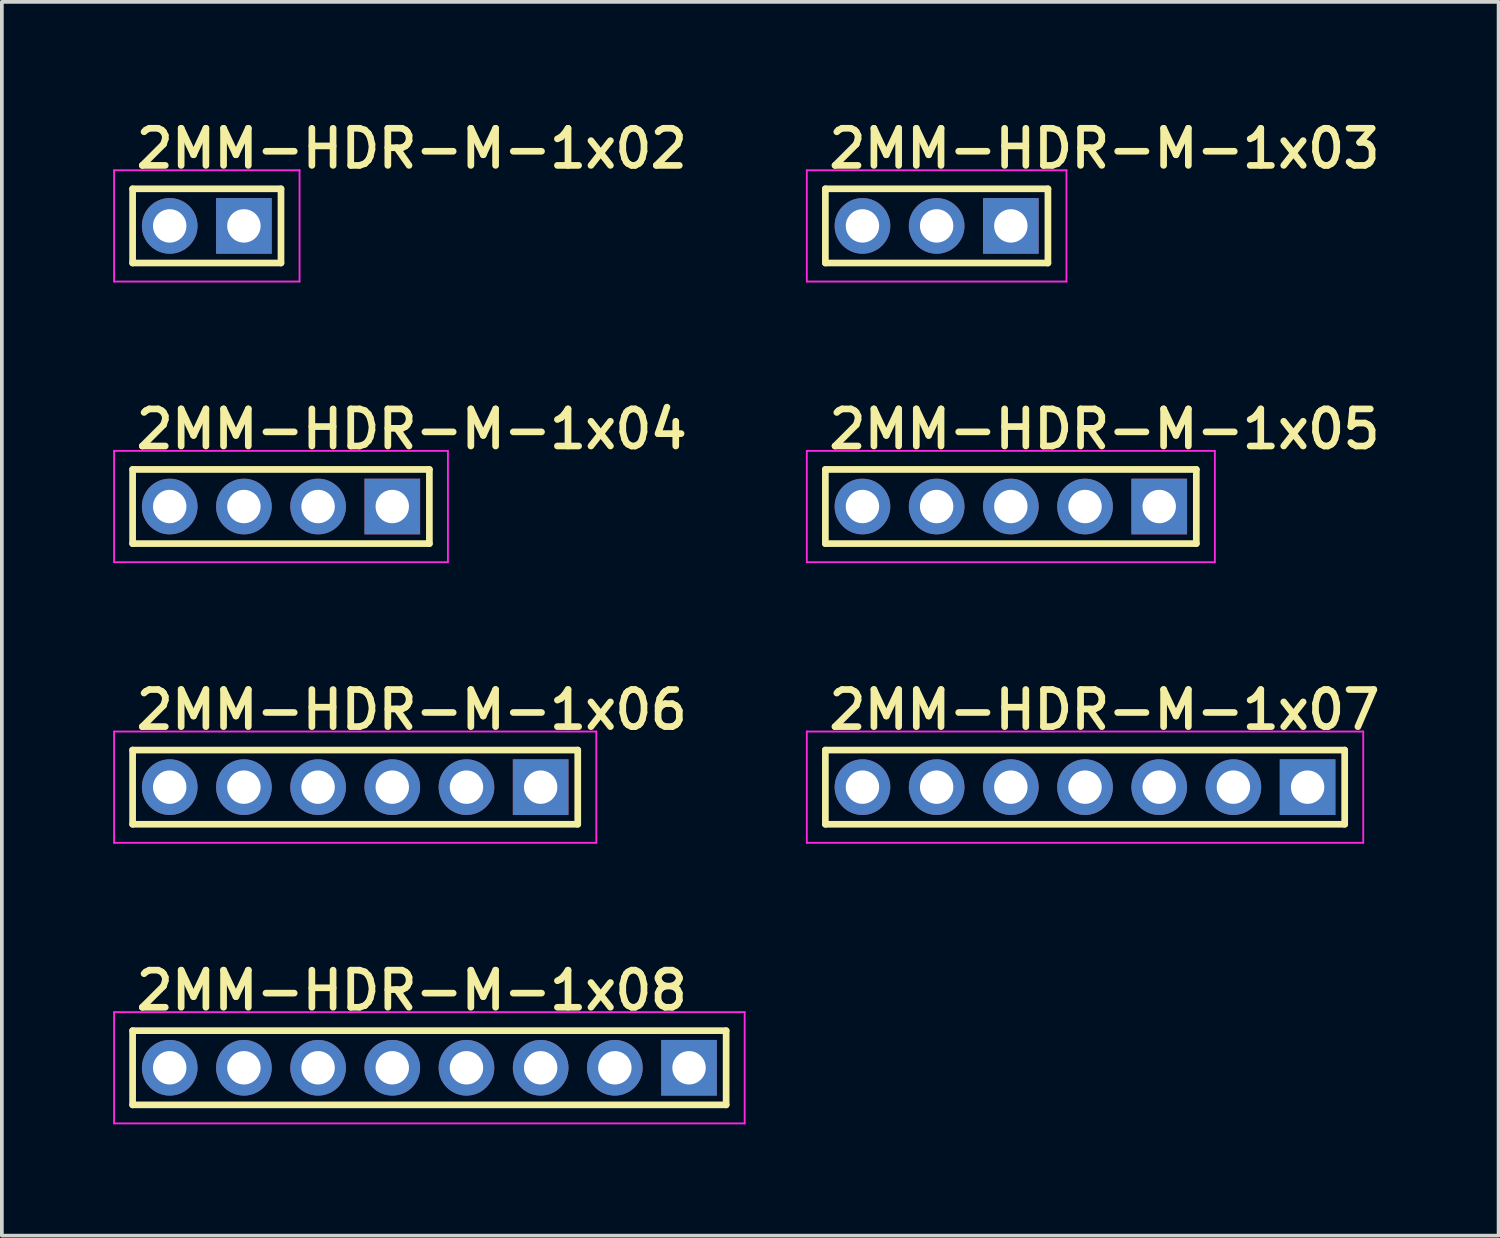
<source format=kicad_pcb>
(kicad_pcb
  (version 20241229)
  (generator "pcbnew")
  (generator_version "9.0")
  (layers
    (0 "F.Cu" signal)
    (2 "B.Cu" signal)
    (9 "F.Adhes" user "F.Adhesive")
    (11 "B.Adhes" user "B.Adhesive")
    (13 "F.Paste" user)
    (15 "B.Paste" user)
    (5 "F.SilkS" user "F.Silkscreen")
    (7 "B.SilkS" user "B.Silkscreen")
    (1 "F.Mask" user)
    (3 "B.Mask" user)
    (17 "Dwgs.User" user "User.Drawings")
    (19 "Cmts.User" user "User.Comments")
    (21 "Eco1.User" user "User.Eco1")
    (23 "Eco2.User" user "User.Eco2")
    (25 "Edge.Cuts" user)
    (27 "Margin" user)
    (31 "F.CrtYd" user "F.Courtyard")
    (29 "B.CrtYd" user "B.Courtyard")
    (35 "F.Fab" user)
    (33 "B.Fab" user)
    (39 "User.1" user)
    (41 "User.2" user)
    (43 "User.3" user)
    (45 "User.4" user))
  (footprint "2MM-HDR-M-1x03"
    (layer "F.Cu")
    (at 22.2 3.04)
    (property "Reference" "2MM-HDR-M-1x03" (at -3 -1.5 0) (layer "F.SilkS") (effects (font (size 1 1) (thickness 0.18)) (justify left bottom)))
    (attr through_hole)
    (fp_line (start -3 -1) (end 3 -1) (stroke (width 0.18) (type solid)) (layer "F.SilkS"))
    (fp_line (start -3 1) (end -3 -1) (stroke (width 0.18) (type solid)) (layer "F.SilkS"))
    (fp_line (start 3 -1) (end 3 1) (stroke (width 0.18) (type solid)) (layer "F.SilkS"))
    (fp_line (start 3 1) (end -3 1) (stroke (width 0.18) (type solid)) (layer "F.SilkS"))
    (fp_line (start -3.5 -1.5) (end 3.5 -1.5) (stroke (width 0.05) (type solid)) (layer "F.CrtYd"))
    (fp_line (start -3.5 1.5) (end -3.5 -1.5) (stroke (width 0.05) (type solid)) (layer "F.CrtYd"))
    (fp_line (start 3.5 -1.5) (end 3.5 1.5) (stroke (width 0.05) (type solid)) (layer "F.CrtYd"))
    (fp_line (start 3.5 1.5) (end -3.5 1.5) (stroke (width 0.05) (type solid)) (layer "F.CrtYd"))
    (pad "1" thru_hole rect (at 2 0) (size 1.5 1.5) (drill 0.9) (layers "*.Cu" "*.Mask"))
    (pad "2" thru_hole circle (at 0 0 90) (size 1.5 1.5) (drill 0.9) (layers "*.Cu" "*.Mask"))
    (pad "3" thru_hole circle (at -2 0 90) (size 1.5 1.5) (drill 0.9) (layers "*.Cu" "*.Mask")))
  (footprint "2MM-HDR-M-1x02"
    (layer "F.Cu")
    (at 2.525 3.04)
    (property "Reference" "2MM-HDR-M-1x02" (at -2 -1.5 0) (layer "F.SilkS") (effects (font (size 1 1) (thickness 0.18)) (justify left bottom)))
    (attr through_hole)
    (fp_line (start -2 -1) (end 2 -1) (stroke (width 0.18) (type solid)) (layer "F.SilkS"))
    (fp_line (start -2 1) (end -2 -1) (stroke (width 0.18) (type solid)) (layer "F.SilkS"))
    (fp_line (start 2 -1) (end 2 1) (stroke (width 0.18) (type solid)) (layer "F.SilkS"))
    (fp_line (start 2 1) (end -2 1) (stroke (width 0.18) (type solid)) (layer "F.SilkS"))
    (fp_line (start -2.5 -1.5) (end 2.5 -1.5) (stroke (width 0.05) (type solid)) (layer "F.CrtYd"))
    (fp_line (start -2.5 1.5) (end -2.5 -1.5) (stroke (width 0.05) (type solid)) (layer "F.CrtYd"))
    (fp_line (start 2.5 -1.5) (end 2.5 1.5) (stroke (width 0.05) (type solid)) (layer "F.CrtYd"))
    (fp_line (start 2.5 1.5) (end -2.5 1.5) (stroke (width 0.05) (type solid)) (layer "F.CrtYd"))
    (pad "1" thru_hole rect (at 1 0) (size 1.5 1.5) (drill 0.9) (layers "*.Cu" "*.Mask"))
    (pad "2" thru_hole circle (at -1 0 90) (size 1.5 1.5) (drill 0.9) (layers "*.Cu" "*.Mask")))
  (footprint "2MM-HDR-M-1x06"
    (layer "F.Cu")
    (at 6.525 18.17)
    (property "Reference" "2MM-HDR-M-1x06" (at -6 -1.5 0) (layer "F.SilkS") (effects (font (size 1 1) (thickness 0.18)) (justify left bottom)))
    (attr through_hole)
    (fp_line (start -6 -1) (end 6 -1) (stroke (width 0.18) (type solid)) (layer "F.SilkS"))
    (fp_line (start -6 1) (end -6 -1) (stroke (width 0.18) (type solid)) (layer "F.SilkS"))
    (fp_line (start 6 -1) (end 6 1) (stroke (width 0.18) (type solid)) (layer "F.SilkS"))
    (fp_line (start 6 1) (end -6 1) (stroke (width 0.18) (type solid)) (layer "F.SilkS"))
    (fp_line (start -6.5 -1.5) (end 6.5 -1.5) (stroke (width 0.05) (type solid)) (layer "F.CrtYd"))
    (fp_line (start -6.5 1.5) (end -6.5 -1.5) (stroke (width 0.05) (type solid)) (layer "F.CrtYd"))
    (fp_line (start 6.5 -1.5) (end 6.5 1.5) (stroke (width 0.05) (type solid)) (layer "F.CrtYd"))
    (fp_line (start 6.5 1.5) (end -6.5 1.5) (stroke (width 0.05) (type solid)) (layer "F.CrtYd"))
    (pad "1" thru_hole rect (at 5 0) (size 1.5 1.5) (drill 0.9) (layers "*.Cu" "*.Mask"))
    (pad "2" thru_hole circle (at 3 0 90) (size 1.5 1.5) (drill 0.9) (layers "*.Cu" "*.Mask"))
    (pad "3" thru_hole circle (at 1 0 90) (size 1.5 1.5) (drill 0.9) (layers "*.Cu" "*.Mask"))
    (pad "4" thru_hole circle (at -1 0 90) (size 1.5 1.5) (drill 0.9) (layers "*.Cu" "*.Mask"))
    (pad "5" thru_hole circle (at -3 0 90) (size 1.5 1.5) (drill 0.9) (layers "*.Cu" "*.Mask"))
    (pad "6" thru_hole circle (at -5 0 90) (size 1.5 1.5) (drill 0.9) (layers "*.Cu" "*.Mask")))
  (footprint "2MM-HDR-M-1x05"
    (layer "F.Cu")
    (at 24.2 10.605)
    (property "Reference" "2MM-HDR-M-1x05" (at -5 -1.5 0) (layer "F.SilkS") (effects (font (size 1 1) (thickness 0.18)) (justify left bottom)))
    (attr through_hole)
    (fp_line (start -5 -1) (end 5 -1) (stroke (width 0.18) (type solid)) (layer "F.SilkS"))
    (fp_line (start -5 1) (end -5 -1) (stroke (width 0.18) (type solid)) (layer "F.SilkS"))
    (fp_line (start 5 -1) (end 5 1) (stroke (width 0.18) (type solid)) (layer "F.SilkS"))
    (fp_line (start 5 1) (end -5 1) (stroke (width 0.18) (type solid)) (layer "F.SilkS"))
    (fp_line (start -5.5 -1.5) (end 5.5 -1.5) (stroke (width 0.05) (type solid)) (layer "F.CrtYd"))
    (fp_line (start -5.5 1.5) (end -5.5 -1.5) (stroke (width 0.05) (type solid)) (layer "F.CrtYd"))
    (fp_line (start 5.5 -1.5) (end 5.5 1.5) (stroke (width 0.05) (type solid)) (layer "F.CrtYd"))
    (fp_line (start 5.5 1.5) (end -5.5 1.5) (stroke (width 0.05) (type solid)) (layer "F.CrtYd"))
    (pad "1" thru_hole rect (at 4 0) (size 1.5 1.5) (drill 0.9) (layers "*.Cu" "*.Mask"))
    (pad "2" thru_hole circle (at 2 0 90) (size 1.5 1.5) (drill 0.9) (layers "*.Cu" "*.Mask"))
    (pad "3" thru_hole circle (at 0 0 90) (size 1.5 1.5) (drill 0.9) (layers "*.Cu" "*.Mask"))
    (pad "4" thru_hole circle (at -2 0 90) (size 1.5 1.5) (drill 0.9) (layers "*.Cu" "*.Mask"))
    (pad "5" thru_hole circle (at -4 0 90) (size 1.5 1.5) (drill 0.9) (layers "*.Cu" "*.Mask")))
  (footprint "2MM-HDR-M-1x04"
    (layer "F.Cu")
    (at 4.525 10.605)
    (property "Reference" "2MM-HDR-M-1x04" (at -4 -1.5 0) (layer "F.SilkS") (effects (font (size 1 1) (thickness 0.18)) (justify left bottom)))
    (attr through_hole)
    (fp_line (start -4 -1) (end 4 -1) (stroke (width 0.18) (type solid)) (layer "F.SilkS"))
    (fp_line (start -4 1) (end -4 -1) (stroke (width 0.18) (type solid)) (layer "F.SilkS"))
    (fp_line (start 4 -1) (end 4 1) (stroke (width 0.18) (type solid)) (layer "F.SilkS"))
    (fp_line (start 4 1) (end -4 1) (stroke (width 0.18) (type solid)) (layer "F.SilkS"))
    (fp_line (start -4.5 -1.5) (end 4.5 -1.5) (stroke (width 0.05) (type solid)) (layer "F.CrtYd"))
    (fp_line (start -4.5 1.5) (end -4.5 -1.5) (stroke (width 0.05) (type solid)) (layer "F.CrtYd"))
    (fp_line (start 4.5 -1.5) (end 4.5 1.5) (stroke (width 0.05) (type solid)) (layer "F.CrtYd"))
    (fp_line (start 4.5 1.5) (end -4.5 1.5) (stroke (width 0.05) (type solid)) (layer "F.CrtYd"))
    (pad "1" thru_hole rect (at 3 0) (size 1.5 1.5) (drill 0.9) (layers "*.Cu" "*.Mask"))
    (pad "2" thru_hole circle (at 1 0 90) (size 1.5 1.5) (drill 0.9) (layers "*.Cu" "*.Mask"))
    (pad "3" thru_hole circle (at -1 0 90) (size 1.5 1.5) (drill 0.9) (layers "*.Cu" "*.Mask"))
    (pad "4" thru_hole circle (at -3 0 90) (size 1.5 1.5) (drill 0.9) (layers "*.Cu" "*.Mask")))
  (footprint "2MM-HDR-M-1x08"
    (layer "F.Cu")
    (at 8.525 25.735)
    (property "Reference" "2MM-HDR-M-1x08" (at -8 -1.5 0) (layer "F.SilkS") (effects (font (size 1 1) (thickness 0.18)) (justify left bottom)))
    (attr through_hole)
    (fp_line (start -8 -1) (end 8 -1) (stroke (width 0.18) (type solid)) (layer "F.SilkS"))
    (fp_line (start -8 1) (end -8 -1) (stroke (width 0.18) (type solid)) (layer "F.SilkS"))
    (fp_line (start 8 -1) (end 8 1) (stroke (width 0.18) (type solid)) (layer "F.SilkS"))
    (fp_line (start 8 1) (end -8 1) (stroke (width 0.18) (type solid)) (layer "F.SilkS"))
    (fp_line (start -8.5 -1.5) (end 8.5 -1.5) (stroke (width 0.05) (type solid)) (layer "F.CrtYd"))
    (fp_line (start -8.5 1.5) (end -8.5 -1.5) (stroke (width 0.05) (type solid)) (layer "F.CrtYd"))
    (fp_line (start 8.5 -1.5) (end 8.5 1.5) (stroke (width 0.05) (type solid)) (layer "F.CrtYd"))
    (fp_line (start 8.5 1.5) (end -8.5 1.5) (stroke (width 0.05) (type solid)) (layer "F.CrtYd"))
    (pad "1" thru_hole rect (at 7 0) (size 1.5 1.5) (drill 0.9) (layers "*.Cu" "*.Mask"))
    (pad "2" thru_hole circle (at 5 0 90) (size 1.5 1.5) (drill 0.9) (layers "*.Cu" "*.Mask"))
    (pad "3" thru_hole circle (at 3 0 90) (size 1.5 1.5) (drill 0.9) (layers "*.Cu" "*.Mask"))
    (pad "4" thru_hole circle (at 1 0 90) (size 1.5 1.5) (drill 0.9) (layers "*.Cu" "*.Mask"))
    (pad "5" thru_hole circle (at -1 0 90) (size 1.5 1.5) (drill 0.9) (layers "*.Cu" "*.Mask"))
    (pad "6" thru_hole circle (at -3 0 90) (size 1.5 1.5) (drill 0.9) (layers "*.Cu" "*.Mask"))
    (pad "7" thru_hole circle (at -5 0 90) (size 1.5 1.5) (drill 0.9) (layers "*.Cu" "*.Mask"))
    (pad "8" thru_hole circle (at -7 0 90) (size 1.5 1.5) (drill 0.9) (layers "*.Cu" "*.Mask")))
  (footprint "2MM-HDR-M-1x07"
    (layer "F.Cu")
    (at 26.2 18.17)
    (property "Reference" "2MM-HDR-M-1x07" (at -7 -1.5 0) (layer "F.SilkS") (effects (font (size 1 1) (thickness 0.18)) (justify left bottom)))
    (attr through_hole)
    (fp_line (start -7 -1) (end 7 -1) (stroke (width 0.18) (type solid)) (layer "F.SilkS"))
    (fp_line (start -7 1) (end -7 -1) (stroke (width 0.18) (type solid)) (layer "F.SilkS"))
    (fp_line (start 7 -1) (end 7 1) (stroke (width 0.18) (type solid)) (layer "F.SilkS"))
    (fp_line (start 7 1) (end -7 1) (stroke (width 0.18) (type solid)) (layer "F.SilkS"))
    (fp_line (start -7.5 -1.5) (end 7.5 -1.5) (stroke (width 0.05) (type solid)) (layer "F.CrtYd"))
    (fp_line (start -7.5 1.5) (end -7.5 -1.5) (stroke (width 0.05) (type solid)) (layer "F.CrtYd"))
    (fp_line (start 7.5 -1.5) (end 7.5 1.5) (stroke (width 0.05) (type solid)) (layer "F.CrtYd"))
    (fp_line (start 7.5 1.5) (end -7.5 1.5) (stroke (width 0.05) (type solid)) (layer "F.CrtYd"))
    (pad "1" thru_hole rect (at 6 0) (size 1.5 1.5) (drill 0.9) (layers "*.Cu" "*.Mask"))
    (pad "2" thru_hole circle (at 4 0 90) (size 1.5 1.5) (drill 0.9) (layers "*.Cu" "*.Mask"))
    (pad "3" thru_hole circle (at 2 0 90) (size 1.5 1.5) (drill 0.9) (layers "*.Cu" "*.Mask"))
    (pad "4" thru_hole circle (at 0 0 90) (size 1.5 1.5) (drill 0.9) (layers "*.Cu" "*.Mask"))
    (pad "5" thru_hole circle (at -2 0 90) (size 1.5 1.5) (drill 0.9) (layers "*.Cu" "*.Mask"))
    (pad "6" thru_hole circle (at -4 0 90) (size 1.5 1.5) (drill 0.9) (layers "*.Cu" "*.Mask"))
    (pad "7" thru_hole circle (at -6 0 90) (size 1.5 1.5) (drill 0.9) (layers "*.Cu" "*.Mask")))
  (gr_rect
    (start -3 -3)
    (end 37.349 30.26)
    (stroke (width 0.1) (type default))
    (fill no)
    (layer "Edge.Cuts")))
</source>
